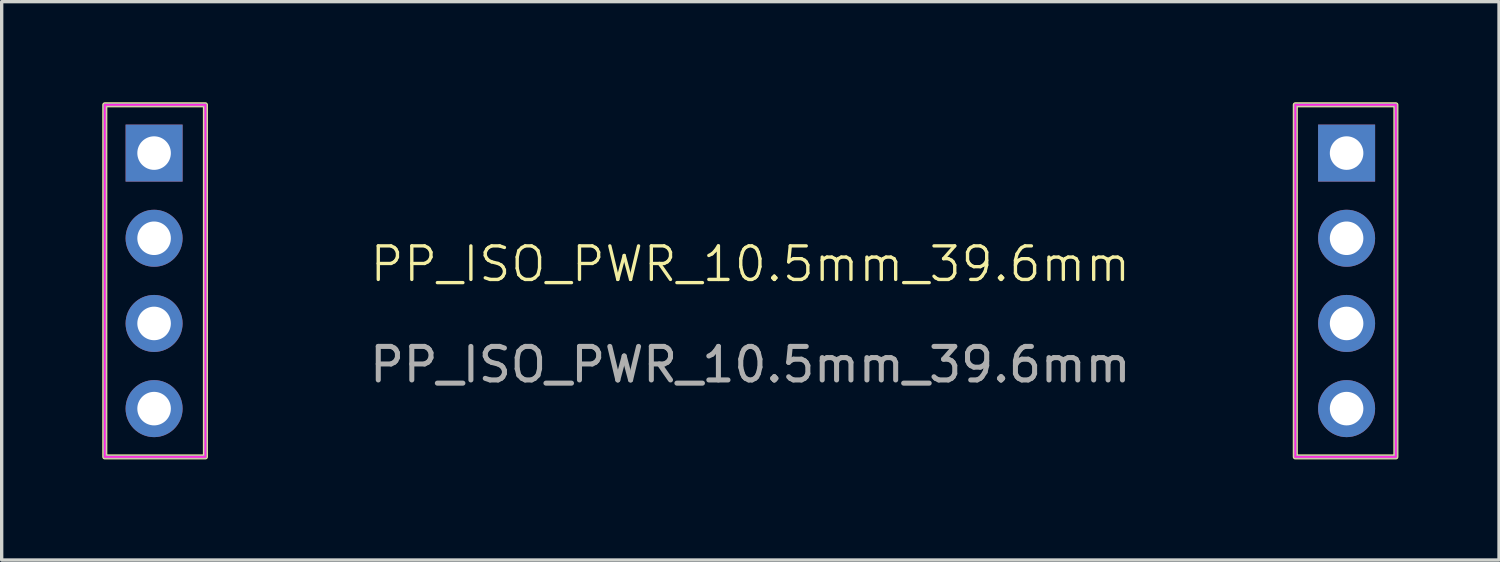
<source format=kicad_pcb>
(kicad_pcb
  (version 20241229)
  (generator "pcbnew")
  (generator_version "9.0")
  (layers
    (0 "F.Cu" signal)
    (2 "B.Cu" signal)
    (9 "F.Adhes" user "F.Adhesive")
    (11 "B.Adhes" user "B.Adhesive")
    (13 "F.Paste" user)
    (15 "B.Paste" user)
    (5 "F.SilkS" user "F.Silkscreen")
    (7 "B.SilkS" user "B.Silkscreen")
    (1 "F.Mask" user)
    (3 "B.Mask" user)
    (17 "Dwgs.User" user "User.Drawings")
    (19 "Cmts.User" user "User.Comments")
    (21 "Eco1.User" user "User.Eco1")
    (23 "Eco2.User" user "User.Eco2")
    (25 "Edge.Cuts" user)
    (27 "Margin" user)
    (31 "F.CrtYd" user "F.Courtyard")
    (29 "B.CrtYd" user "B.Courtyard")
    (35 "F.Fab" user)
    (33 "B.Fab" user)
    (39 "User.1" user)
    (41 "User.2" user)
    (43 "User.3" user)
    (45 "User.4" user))
  (footprint "PP_ISO_PWR_10.5mm_39.6mm"
    (layer "F.Cu")
    (at 19.325 5.325)
    (property "Reference" "PP_ISO_PWR_10.5mm_39.6mm" (at 0 -0.5 0) (unlocked yes) (layer "F.SilkS") (effects (font (size 1 1) (thickness 0.1))))
    (attr through_hole)
    (fp_rect (start -19.25 -5.25) (end -16.25 5.25) (stroke (width 0.15) (type default)) (fill no) (layer "F.SilkS"))
    (fp_rect (start 16.25 -5.25) (end 19.25 5.25) (stroke (width 0.15) (type default)) (fill no) (layer "F.SilkS"))
    (fp_rect (start -19.25 -5.25) (end -16.25 5.25) (stroke (width 0.05) (type default)) (fill no) (layer "F.CrtYd"))
    (fp_rect (start 16.25 -5.25) (end 19.25 5.25) (stroke (width 0.05) (type default)) (fill no) (layer "F.CrtYd"))
    (fp_rect (start -19.25 -5.25) (end -16.25 5.25) (stroke (width 0.1) (type default)) (fill no) (layer "F.Fab"))
    (fp_rect (start 16.25 -5.25) (end 19.25 5.25) (stroke (width 0.1) (type default)) (fill no) (layer "F.Fab"))
    (fp_text user "${REFERENCE}" (at 0 2.5 0) (unlocked yes) (layer "F.Fab") (effects (font (size 1 1) (thickness 0.15))))
    (pad "1" thru_hole rect (at -17.78 -3.81) (size 1.7 1.7) (drill 1) (layers "*.Cu" "*.Mask"))
    (pad "2" thru_hole oval (at -17.78 -1.27) (size 1.7 1.7) (drill 1) (layers "*.Cu" "*.Mask"))
    (pad "3" thru_hole oval (at -17.78 1.27) (size 1.7 1.7) (drill 1) (layers "*.Cu" "*.Mask"))
    (pad "4" thru_hole oval (at -17.78 3.81) (size 1.7 1.7) (drill 1) (layers "*.Cu" "*.Mask"))
    (pad "5" thru_hole oval (at 17.78 3.81) (size 1.7 1.7) (drill 1) (layers "*.Cu" "*.Mask"))
    (pad "6" thru_hole oval (at 17.78 1.27) (size 1.7 1.7) (drill 1) (layers "*.Cu" "*.Mask"))
    (pad "7" thru_hole oval (at 17.78 -1.27) (size 1.7 1.7) (drill 1) (layers "*.Cu" "*.Mask"))
    (pad "8" thru_hole rect (at 17.78 -3.81) (size 1.7 1.7) (drill 1) (layers "*.Cu" "*.Mask")))
  (gr_rect
    (start -3 -3)
    (end 41.65 13.65)
    (stroke (width 0.1) (type default))
    (fill no)
    (layer "Edge.Cuts")))
</source>
